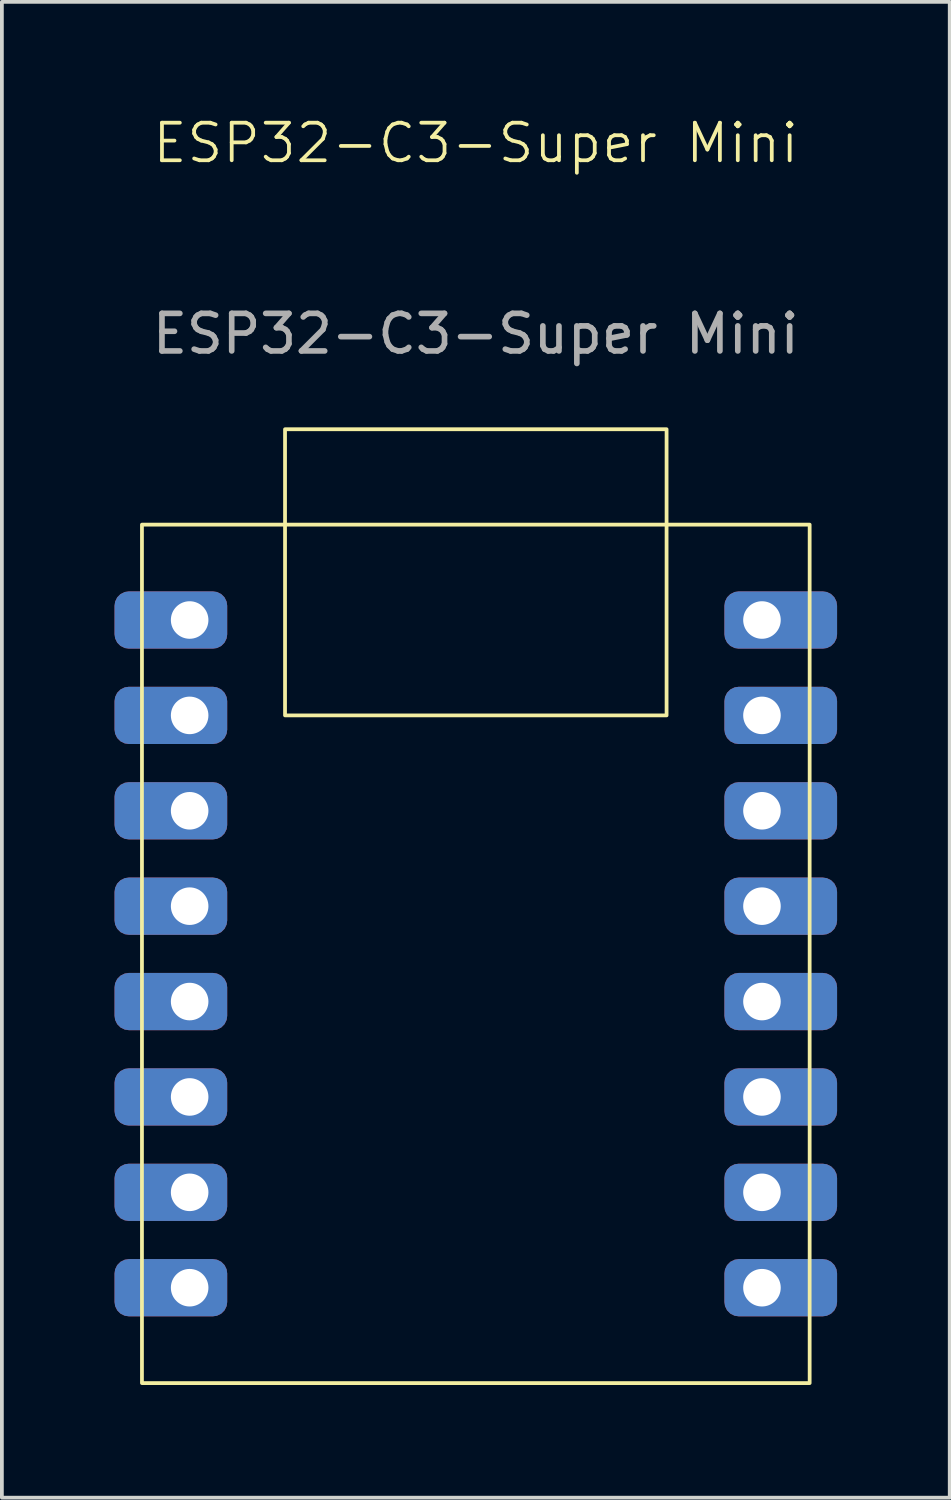
<source format=kicad_pcb>
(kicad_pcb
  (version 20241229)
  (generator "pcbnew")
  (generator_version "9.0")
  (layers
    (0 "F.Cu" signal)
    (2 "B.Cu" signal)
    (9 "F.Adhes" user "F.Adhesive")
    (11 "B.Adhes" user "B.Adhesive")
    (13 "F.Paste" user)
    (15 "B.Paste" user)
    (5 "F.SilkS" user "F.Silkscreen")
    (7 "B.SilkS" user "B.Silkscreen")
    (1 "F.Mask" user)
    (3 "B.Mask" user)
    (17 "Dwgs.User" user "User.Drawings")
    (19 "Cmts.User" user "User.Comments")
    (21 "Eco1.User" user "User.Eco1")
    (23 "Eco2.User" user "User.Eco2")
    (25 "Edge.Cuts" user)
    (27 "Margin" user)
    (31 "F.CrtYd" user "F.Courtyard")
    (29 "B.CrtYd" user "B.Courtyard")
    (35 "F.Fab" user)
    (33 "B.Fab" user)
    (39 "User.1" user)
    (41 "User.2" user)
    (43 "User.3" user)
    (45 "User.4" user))
  (footprint "ESP32-C3-Super Mini"
    (layer "F.Cu")
    (at 9.62 13.46)
    (property "Reference" "ESP32-C3-Super Mini" (at 0 -12.7 0) (unlocked yes) (layer "F.SilkS") (effects (font (size 1 1) (thickness 0.1))))
    (attr through_hole)
    (fp_rect (start -8.89 -2.54) (end 8.89 20.32) (stroke (width 0.1) (type default)) (fill no) (layer "F.SilkS"))
    (fp_rect (start -5.08 -5.08) (end 5.08 2.54) (stroke (width 0.1) (type default)) (fill no) (layer "F.SilkS"))
    (fp_text user "${REFERENCE}" (at 0 -7.62 0) (unlocked yes) (layer "F.Fab") (effects (font (size 1 1) (thickness 0.15))))
    (pad "0" thru_hole roundrect (at 7.62 17.78) (size 3 1.524) (drill 1 (offset 0.5 0)) (layers "*.Cu" "*.Mask") (roundrect_rratio 0.25))
    (pad "1" thru_hole roundrect (at 7.62 15.24) (size 3 1.524) (drill 1 (offset 0.5 0)) (layers "*.Cu" "*.Mask") (roundrect_rratio 0.25))
    (pad "2" thru_hole roundrect (at 7.62 12.7) (size 3 1.524) (drill 1 (offset 0.5 0)) (layers "*.Cu" "*.Mask") (roundrect_rratio 0.25))
    (pad "3" thru_hole roundrect (at 7.62 10.16) (size 3 1.524) (drill 1 (offset 0.5 0)) (layers "*.Cu" "*.Mask") (roundrect_rratio 0.25))
    (pad "4" thru_hole roundrect (at 7.62 7.62) (size 3 1.524) (drill 1 (offset 0.5 0)) (layers "*.Cu" "*.Mask") (roundrect_rratio 0.25))
    (pad "5" thru_hole roundrect (at -7.62 0) (size 3 1.524) (drill 1 (offset -0.5 0)) (layers "*.Cu" "*.Mask") (roundrect_rratio 0.25))
    (pad "6" thru_hole roundrect (at -7.62 2.54) (size 3 1.524) (drill 1 (offset -0.5 0)) (layers "*.Cu" "*.Mask") (roundrect_rratio 0.25))
    (pad "7" thru_hole roundrect (at -7.62 5.08) (size 3 1.524) (drill 1 (offset -0.5 0)) (layers "*.Cu" "*.Mask") (roundrect_rratio 0.25))
    (pad "8" thru_hole roundrect (at -7.62 7.62) (size 3 1.524) (drill 1 (offset -0.5 0)) (layers "*.Cu" "*.Mask") (roundrect_rratio 0.25))
    (pad "9" thru_hole roundrect (at -7.62 10.16) (size 3 1.524) (drill 1 (offset -0.5 0)) (layers "*.Cu" "*.Mask") (roundrect_rratio 0.25))
    (pad "10" thru_hole roundrect (at -7.62 12.7) (size 3 1.524) (drill 1 (offset -0.5 0)) (layers "*.Cu" "*.Mask") (roundrect_rratio 0.25))
    (pad "20" thru_hole roundrect (at -7.62 15.24) (size 3 1.524) (drill 1 (offset -0.5 0)) (layers "*.Cu" "*.Mask") (roundrect_rratio 0.25))
    (pad "21" thru_hole roundrect (at -7.62 17.78) (size 3 1.524) (drill 1 (offset -0.5 0)) (layers "*.Cu" "*.Mask") (roundrect_rratio 0.25))
    (pad "100" thru_hole roundrect (at 7.62 0) (size 3 1.524) (drill 1 (offset 0.5 0)) (layers "*.Cu" "*.Mask") (roundrect_rratio 0.25))
    (pad "101" thru_hole roundrect (at 7.62 2.54) (size 3 1.524) (drill 1 (offset 0.5 0)) (layers "*.Cu" "*.Mask") (roundrect_rratio 0.25))
    (pad "102" thru_hole roundrect (at 7.62 5.08) (size 3 1.524) (drill 1 (offset 0.5 0)) (layers "*.Cu" "*.Mask") (roundrect_rratio 0.25)))
  (gr_rect
    (start -3 -3)
    (end 22.24 36.831)
    (stroke (width 0.1) (type default))
    (fill no)
    (layer "Edge.Cuts")))
</source>
